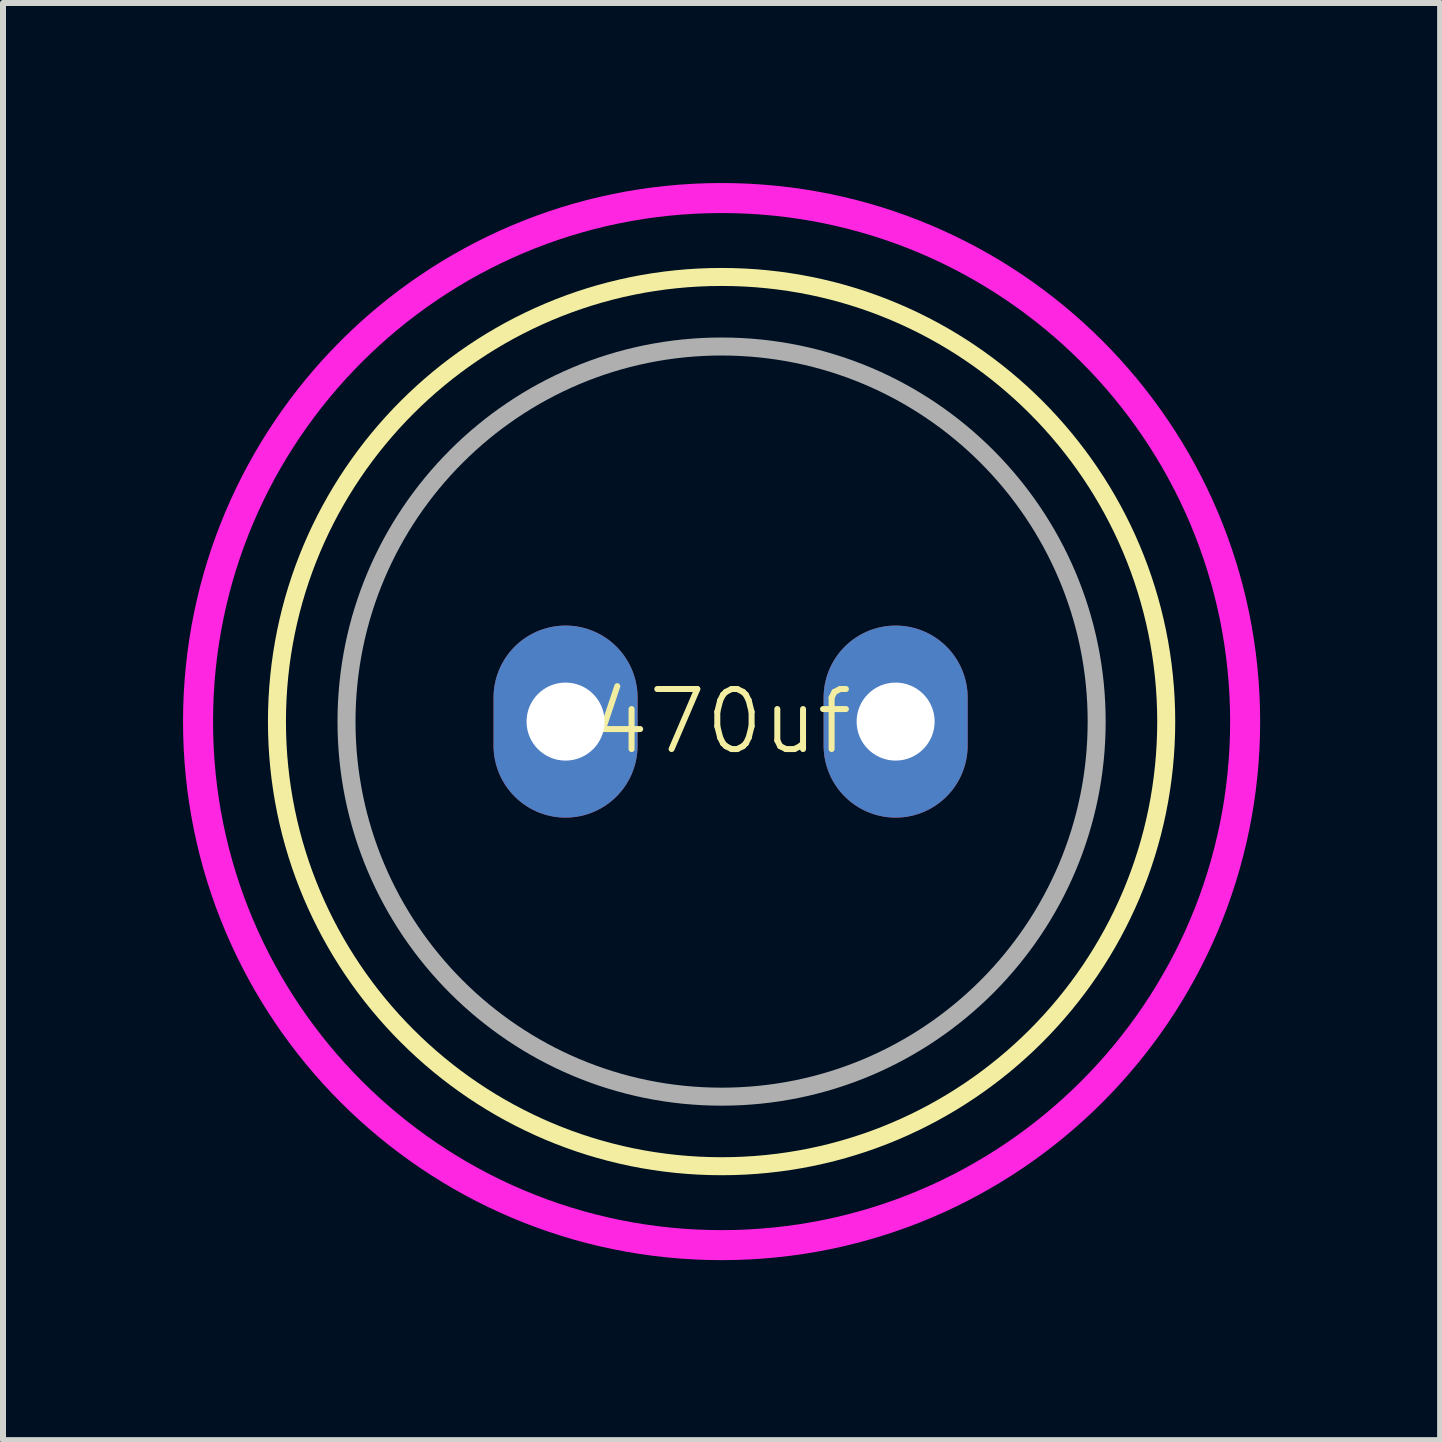
<source format=kicad_pcb>
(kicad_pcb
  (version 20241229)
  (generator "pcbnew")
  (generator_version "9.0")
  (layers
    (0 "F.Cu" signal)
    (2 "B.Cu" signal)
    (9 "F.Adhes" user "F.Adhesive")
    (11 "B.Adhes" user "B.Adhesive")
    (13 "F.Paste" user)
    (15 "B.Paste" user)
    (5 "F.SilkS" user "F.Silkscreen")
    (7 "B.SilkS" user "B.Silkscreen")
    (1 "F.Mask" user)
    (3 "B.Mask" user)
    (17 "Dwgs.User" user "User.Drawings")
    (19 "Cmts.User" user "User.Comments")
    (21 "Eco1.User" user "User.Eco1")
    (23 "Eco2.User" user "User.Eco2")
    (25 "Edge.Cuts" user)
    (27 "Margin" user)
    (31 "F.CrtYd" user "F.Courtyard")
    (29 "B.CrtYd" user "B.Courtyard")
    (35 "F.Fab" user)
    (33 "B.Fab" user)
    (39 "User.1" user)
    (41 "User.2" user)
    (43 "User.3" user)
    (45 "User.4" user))
  (footprint "470uf"
    (layer "F.Cu")
    (at 8.974 8.974)
    (property "Reference" "470uf" (at 0 0 0) (unlocked yes) (layer "F.SilkS") (effects (font (size 1 1) (thickness 0.1))))
    (attr smd)
    (fp_circle (center 0 0) (end 7.409 0) (stroke (width 0.3) (type default)) (fill no) (layer "F.SilkS"))
    (fp_circle (center 0 0) (end 8.724 0) (stroke (width 0.5) (type default)) (fill no) (layer "F.CrtYd"))
    (fp_circle (center 0 0) (end 6.25 0) (stroke (width 0.3) (type default)) (fill no) (layer "F.Fab"))
    (pad "1" thru_hole oval (at -2.6 0) (size 2.4 3.2) (drill 1.3) (layers "*.Cu" "*.Mask"))
    (pad "2" thru_hole oval (at 2.9 0) (size 2.4 3.2) (drill 1.3) (layers "*.Cu" "*.Mask")))
  (gr_rect
    (start -3 -3)
    (end 20.947 20.947)
    (stroke (width 0.1) (type default))
    (fill no)
    (layer "Edge.Cuts")))
</source>
